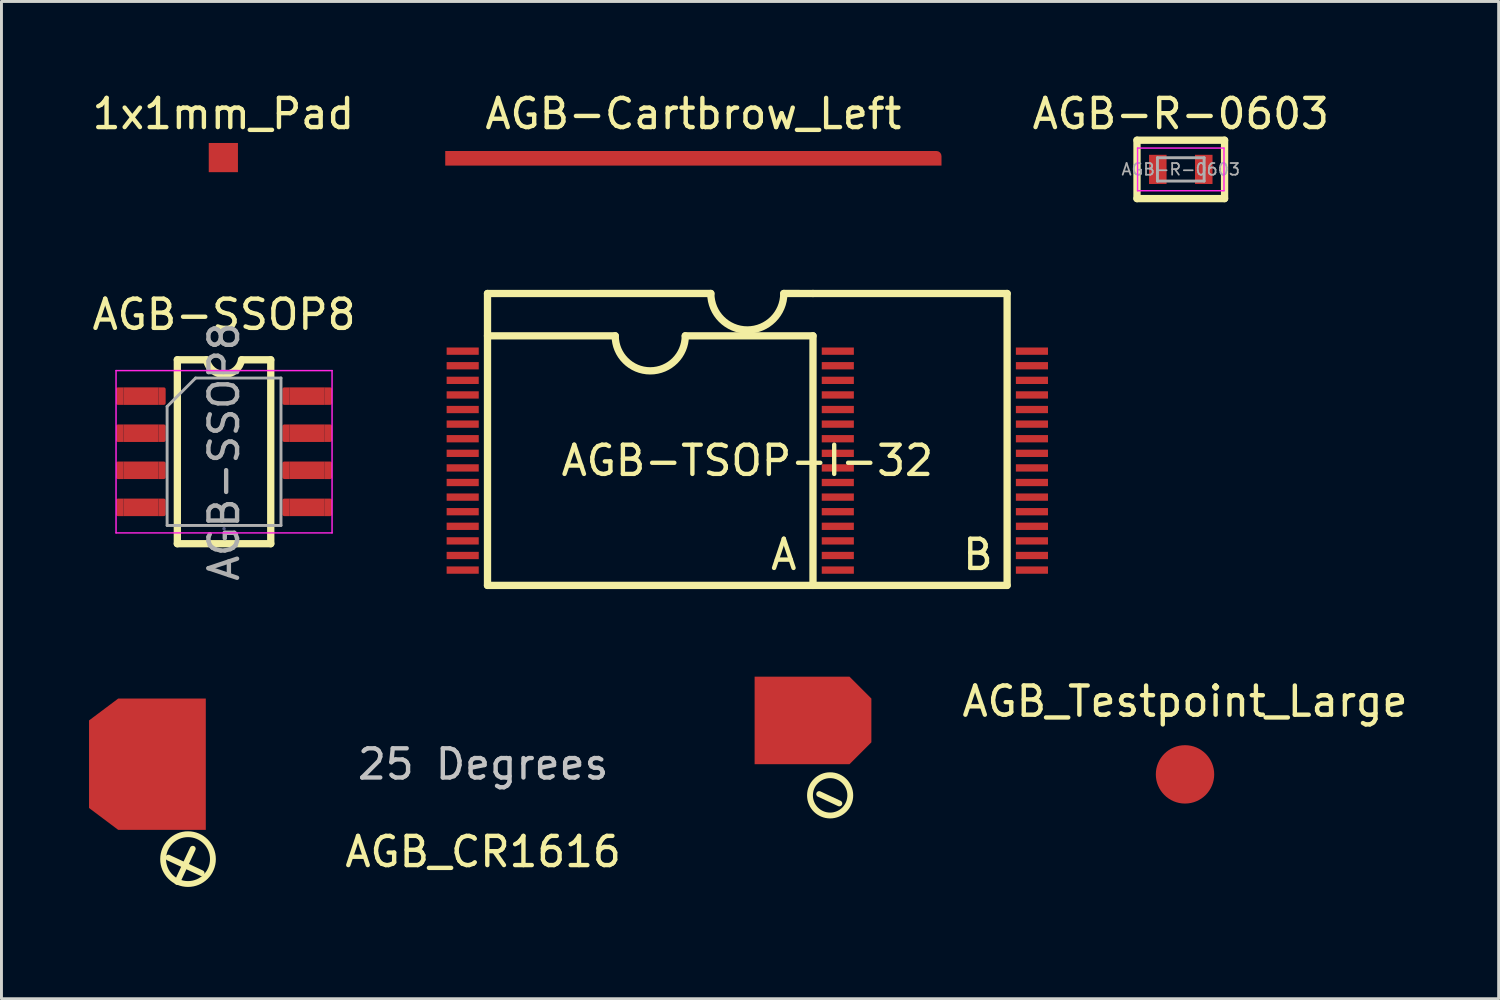
<source format=kicad_pcb>
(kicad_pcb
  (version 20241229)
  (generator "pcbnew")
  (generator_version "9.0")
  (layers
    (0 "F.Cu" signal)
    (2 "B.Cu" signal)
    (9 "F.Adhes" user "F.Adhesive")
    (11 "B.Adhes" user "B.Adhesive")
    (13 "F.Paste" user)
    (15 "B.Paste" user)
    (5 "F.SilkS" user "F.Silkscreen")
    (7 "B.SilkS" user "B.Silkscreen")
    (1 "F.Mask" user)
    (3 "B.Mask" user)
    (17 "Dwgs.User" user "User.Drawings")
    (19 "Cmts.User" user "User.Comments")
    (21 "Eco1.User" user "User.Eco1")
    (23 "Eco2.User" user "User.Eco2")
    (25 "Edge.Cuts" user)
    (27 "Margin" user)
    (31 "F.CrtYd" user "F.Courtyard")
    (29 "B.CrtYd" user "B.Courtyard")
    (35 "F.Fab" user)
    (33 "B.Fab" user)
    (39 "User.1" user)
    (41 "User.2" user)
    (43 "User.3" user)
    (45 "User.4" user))
  (footprint "AGB-TSOP-I-32"
    (layer "F.Cu")
    (at 22.55 12.729)
    (property "Reference" "AGB-TSOP-I-32" (at 0 0 0) (layer "F.SilkS") (effects (font (size 1 1) (thickness 0.15))))
    (attr smd)
    (fp_line (start -8.9 -5.725) (end -8.9 4.275) (stroke (width 0.25) (type solid)) (layer "F.SilkS"))
    (fp_line (start -8.9 -5.725) (end -1.25 -5.726) (stroke (width 0.25) (type solid)) (layer "F.SilkS"))
    (fp_line (start -8.9 -4.275) (end -4.525 -4.275) (stroke (width 0.25) (type solid)) (layer "F.SilkS"))
    (fp_line (start 1.25 -5.726) (end 2.25 -5.725) (stroke (width 0.25) (type solid)) (layer "F.SilkS"))
    (fp_line (start 2.25 -5.725) (end 8.9 -5.725) (stroke (width 0.25) (type solid)) (layer "F.SilkS"))
    (fp_line (start 2.25 -4.275) (end -2.125 -4.275) (stroke (width 0.25) (type solid)) (layer "F.SilkS"))
    (fp_line (start 2.25 -4.275) (end 2.25 4.275) (stroke (width 0.25) (type solid)) (layer "F.SilkS"))
    (fp_line (start 8.9 -5.725) (end 8.9 4.275) (stroke (width 0.25) (type solid)) (layer "F.SilkS"))
    (fp_line (start 8.9 4.275) (end -8.9 4.275) (stroke (width 0.25) (type solid)) (layer "F.SilkS"))
    (fp_arc (start -2.124861 -4.274861) (mid -3.324999 -3.075001) (end -4.524859 -4.275139) (stroke (width 0.25) (type solid)) (layer "F.SilkS"))
    (fp_arc (start 1.25 -5.7255) (mid 0 -4.4755) (end -1.25 -5.7255) (stroke (width 0.25) (type solid)) (layer "F.SilkS"))
    (fp_text user "B" (at 7.9 3.221 0) (layer "F.SilkS") (effects (font (size 1 1) (thickness 0.15))))
    (fp_text user "A" (at 1.25 3.221 0) (layer "F.SilkS") (effects (font (size 1 1) (thickness 0.15))))
    (pad "1" smd rect (at -9.75 -3.75) (size 1.1 0.25) (layers "F.Cu" "F.Mask" "F.Paste"))
    (pad "2" smd rect (at -9.75 -3.25) (size 1.1 0.25) (layers "F.Cu" "F.Mask" "F.Paste"))
    (pad "3" smd rect (at -9.75 -2.75) (size 1.1 0.25) (layers "F.Cu" "F.Mask" "F.Paste"))
    (pad "4" smd rect (at -9.75 -2.25) (size 1.1 0.25) (layers "F.Cu" "F.Mask" "F.Paste"))
    (pad "5" smd rect (at -9.75 -1.75) (size 1.1 0.25) (layers "F.Cu" "F.Mask" "F.Paste"))
    (pad "6" smd rect (at -9.75 -1.25) (size 1.1 0.25) (layers "F.Cu" "F.Mask" "F.Paste"))
    (pad "7" smd rect (at -9.75 -0.75) (size 1.1 0.25) (layers "F.Cu" "F.Mask" "F.Paste"))
    (pad "8" smd rect (at -9.75 -0.25) (size 1.1 0.25) (layers "F.Cu" "F.Mask" "F.Paste"))
    (pad "9" smd rect (at -9.75 0.25) (size 1.1 0.25) (layers "F.Cu" "F.Mask" "F.Paste"))
    (pad "10" smd rect (at -9.75 0.75) (size 1.1 0.25) (layers "F.Cu" "F.Mask" "F.Paste"))
    (pad "11" smd rect (at -9.75 1.25) (size 1.1 0.25) (layers "F.Cu" "F.Mask" "F.Paste"))
    (pad "12" smd rect (at -9.75 1.75) (size 1.1 0.25) (layers "F.Cu" "F.Mask" "F.Paste"))
    (pad "13" smd rect (at -9.75 2.25) (size 1.1 0.25) (layers "F.Cu" "F.Mask" "F.Paste"))
    (pad "14" smd rect (at -9.75 2.75) (size 1.1 0.25) (layers "F.Cu" "F.Mask" "F.Paste"))
    (pad "15" smd rect (at -9.75 3.25) (size 1.1 0.25) (layers "F.Cu" "F.Mask" "F.Paste"))
    (pad "16" smd rect (at -9.75 3.75) (size 1.1 0.25) (layers "F.Cu" "F.Mask" "F.Paste"))
    (pad "17" smd rect (at 3.1 3.75) (size 1.1 0.25) (layers "F.Cu" "F.Mask" "F.Paste"))
    (pad "17" smd rect (at 9.75 3.75) (size 1.1 0.25) (layers "F.Cu" "F.Mask" "F.Paste"))
    (pad "18" smd rect (at 3.1 3.25) (size 1.1 0.25) (layers "F.Cu" "F.Mask" "F.Paste"))
    (pad "18" smd rect (at 9.75 3.25) (size 1.1 0.25) (layers "F.Cu" "F.Mask" "F.Paste"))
    (pad "19" smd rect (at 3.1 2.75) (size 1.1 0.25) (layers "F.Cu" "F.Mask" "F.Paste"))
    (pad "19" smd rect (at 9.75 2.75) (size 1.1 0.25) (layers "F.Cu" "F.Mask" "F.Paste"))
    (pad "20" smd rect (at 3.1 2.25) (size 1.1 0.25) (layers "F.Cu" "F.Mask" "F.Paste"))
    (pad "20" smd rect (at 9.75 2.25) (size 1.1 0.25) (layers "F.Cu" "F.Mask" "F.Paste"))
    (pad "21" smd rect (at 3.1 1.75) (size 1.1 0.25) (layers "F.Cu" "F.Mask" "F.Paste"))
    (pad "21" smd rect (at 9.75 1.75) (size 1.1 0.25) (layers "F.Cu" "F.Mask" "F.Paste"))
    (pad "22" smd rect (at 3.1 1.25) (size 1.1 0.25) (layers "F.Cu" "F.Mask" "F.Paste"))
    (pad "22" smd rect (at 9.75 1.25) (size 1.1 0.25) (layers "F.Cu" "F.Mask" "F.Paste"))
    (pad "23" smd rect (at 3.1 0.75) (size 1.1 0.25) (layers "F.Cu" "F.Mask" "F.Paste"))
    (pad "23" smd rect (at 9.75 0.75) (size 1.1 0.25) (layers "F.Cu" "F.Mask" "F.Paste"))
    (pad "24" smd rect (at 3.1 0.25) (size 1.1 0.25) (layers "F.Cu" "F.Mask" "F.Paste"))
    (pad "24" smd rect (at 9.75 0.25) (size 1.1 0.25) (layers "F.Cu" "F.Mask" "F.Paste"))
    (pad "25" smd rect (at 3.1 -0.25) (size 1.1 0.25) (layers "F.Cu" "F.Mask" "F.Paste"))
    (pad "25" smd rect (at 9.75 -0.25) (size 1.1 0.25) (layers "F.Cu" "F.Mask" "F.Paste"))
    (pad "26" smd rect (at 3.1 -0.75) (size 1.1 0.25) (layers "F.Cu" "F.Mask" "F.Paste"))
    (pad "26" smd rect (at 9.75 -0.75) (size 1.1 0.25) (layers "F.Cu" "F.Mask" "F.Paste"))
    (pad "27" smd rect (at 3.1 -1.25) (size 1.1 0.25) (layers "F.Cu" "F.Mask" "F.Paste"))
    (pad "27" smd rect (at 9.75 -1.25) (size 1.1 0.25) (layers "F.Cu" "F.Mask" "F.Paste"))
    (pad "28" smd rect (at 3.1 -1.75) (size 1.1 0.25) (layers "F.Cu" "F.Mask" "F.Paste"))
    (pad "28" smd rect (at 9.75 -1.75) (size 1.1 0.25) (layers "F.Cu" "F.Mask" "F.Paste"))
    (pad "29" smd rect (at 3.1 -2.25) (size 1.1 0.25) (layers "F.Cu" "F.Mask" "F.Paste"))
    (pad "29" smd rect (at 9.75 -2.25) (size 1.1 0.25) (layers "F.Cu" "F.Mask" "F.Paste"))
    (pad "30" smd rect (at 3.1 -2.75) (size 1.1 0.25) (layers "F.Cu" "F.Mask" "F.Paste"))
    (pad "30" smd rect (at 9.75 -2.75) (size 1.1 0.25) (layers "F.Cu" "F.Mask" "F.Paste"))
    (pad "31" smd rect (at 3.1 -3.25) (size 1.1 0.25) (layers "F.Cu" "F.Mask" "F.Paste"))
    (pad "31" smd rect (at 9.75 -3.25) (size 1.1 0.25) (layers "F.Cu" "F.Mask" "F.Paste"))
    (pad "32" smd rect (at 3.1 -3.75) (size 1.1 0.25) (layers "F.Cu" "F.Mask" "F.Paste"))
    (pad "32" smd rect (at 9.75 -3.75) (size 1.1 0.25) (layers "F.Cu" "F.Mask" "F.Paste")))
  (footprint "AGB_CR1616"
    (layer "F.Cu")
    (at 13.5 23.129)
    (property "Reference" "AGB_CR1616" (at 0 3 0) (layer "F.SilkS") (effects (font (size 1 1) (thickness 0.15))))
    (attr through_hole)
    (fp_circle (center -10.109 3.251) (end -9.256 3.251) (stroke (width 0.2) (type solid)) (fill no) (layer "F.SilkS"))
    (fp_circle (center 11.887 1.067) (end 12.577 1.067) (stroke (width 0.2) (type solid)) (fill no) (layer "F.SilkS"))
    (fp_text user "-" (at 11.887 1.118 155) (layer "F.SilkS") (effects (font (size 1 1) (thickness 0.2))))
    (fp_text user "+" (at -10.16 3.353 155) (layer "F.SilkS") (effects (font (size 1.65 1.65) (thickness 0.2))))
    (fp_text user "25 Degrees" (at 0 0 0) (unlocked yes) (layer "Dwgs.User") (effects (font (size 1 1) (thickness 0.15))))
    (pad "1" smd custom (at -11.5 0) (size 1 1) (layers "F.Cu" "F.Mask" "F.Paste") (options (anchor rect)) (primitives (gr_poly (pts (xy 2 2.25) (xy -1 2.25) (xy -2 1.5) (xy -2 -1.5) (xy -1 -2.25) (xy 2 -2.25)) (width 0) (fill yes))))
    (pad "2" smd custom (at 11.3 -1.5) (size 2 2) (layers "F.Cu" "F.Mask" "F.Paste") (options (anchor rect)) (primitives (gr_poly (pts (xy 2 -0.75) (xy 2 0.75) (xy 1.25 1.5) (xy -2 1.5) (xy -2 -1.5) (xy 1.25 -1.5)) (width 0) (fill yes)))))
  (footprint "AGB-Cartbrow_Left"
    (layer "F.Cu")
    (at 20.702 2.372)
    (property "Reference" "AGB-Cartbrow_Left" (at 0 -1.524 0) (unlocked yes) (layer "F.SilkS") (effects (font (size 1 1) (thickness 0.15))))
    (attr smd)
    (pad "1" smd roundrect (at 0 0) (size 17 0.5) (layers "F.Cu" "F.Mask" "F.Paste") (roundrect_rratio 0.35) (chamfer_ratio 0) (chamfer top_left bottom_left bottom_right)))
  (footprint "AGB-SSOP8"
    (layer "F.Cu")
    (at 4.625 12.425)
    (property "Reference" "AGB-SSOP8" (at 0 -4.699 0) (layer "F.SilkS") (effects (font (size 1 1) (thickness 0.15))))
    (attr smd)
    (fp_line (start -1.6 -3.15) (end -1.6 3.15) (stroke (width 0.25) (type solid)) (layer "F.SilkS"))
    (fp_line (start -0.6 -3.15) (end -1.6 -3.15) (stroke (width 0.25) (type solid)) (layer "F.SilkS"))
    (fp_line (start 1.6 -3.15) (end 0.6 -3.15) (stroke (width 0.25) (type solid)) (layer "F.SilkS"))
    (fp_line (start 1.6 -3.15) (end 1.6 3.15) (stroke (width 0.25) (type solid)) (layer "F.SilkS"))
    (fp_line (start 1.6 3.15) (end -1.6 3.15) (stroke (width 0.25) (type solid)) (layer "F.SilkS"))
    (fp_arc (start 0.6 -3.15) (mid 0 -2.648767) (end -0.6 -3.15) (stroke (width 0.25) (type solid)) (layer "F.SilkS"))
    (fp_line (start -3.7 -2.78) (end -3.7 2.78) (stroke (width 0.05) (type solid)) (layer "F.CrtYd"))
    (fp_line (start -3.7 2.78) (end 3.7 2.78) (stroke (width 0.05) (type solid)) (layer "F.CrtYd"))
    (fp_line (start 3.7 -2.78) (end -3.7 -2.78) (stroke (width 0.05) (type solid)) (layer "F.CrtYd"))
    (fp_line (start 3.7 2.78) (end 3.7 -2.78) (stroke (width 0.05) (type solid)) (layer "F.CrtYd"))
    (fp_line (start 0 2.635) (end 0 2.635) (stroke (width 0.12) (type solid)) (layer "B.Fab"))
    (fp_line (start -1.95 -1.55) (end -0.975 -2.525) (stroke (width 0.1) (type solid)) (layer "F.Fab"))
    (fp_line (start -1.95 2.525) (end -1.95 -1.55) (stroke (width 0.1) (type solid)) (layer "F.Fab"))
    (fp_line (start -0.975 -2.525) (end 1.95 -2.525) (stroke (width 0.1) (type solid)) (layer "F.Fab"))
    (fp_line (start 1.95 -2.525) (end 1.95 2.525) (stroke (width 0.1) (type solid)) (layer "F.Fab"))
    (fp_line (start 1.95 2.525) (end -1.95 2.525) (stroke (width 0.1) (type solid)) (layer "F.Fab"))
    (fp_text user "${REFERENCE}" (at 0 0 90) (layer "F.Fab") (effects (font (size 0.98 0.98) (thickness 0.15))))
    (pad "1" smd roundrect (at -3.575 -1.905 180) (size 0.25 0.6) (layers "F.Cu" "F.Paste") (roundrect_rratio 0.25) (chamfer_ratio 0) (chamfer top_left bottom_left))
    (pad "1" smd rect (at -2.85 -1.905) (size 1.2 0.6) (layers "F.Cu" "F.Mask" "F.Paste"))
    (pad "1" smd roundrect (at -2.125 -1.905) (size 0.25 0.6) (layers "F.Cu" "F.Paste") (roundrect_rratio 0.25) (chamfer_ratio 0) (chamfer top_left bottom_left))
    (pad "2" smd roundrect (at -3.575 -0.635 180) (size 0.25 0.6) (layers "F.Cu" "F.Paste") (roundrect_rratio 0.25) (chamfer_ratio 0) (chamfer top_left bottom_left))
    (pad "2" smd rect (at -2.85 -0.635) (size 1.2 0.6) (layers "F.Cu" "F.Mask" "F.Paste"))
    (pad "2" smd roundrect (at -2.125 -0.635) (size 0.25 0.6) (layers "F.Cu" "F.Paste") (roundrect_rratio 0.25) (chamfer_ratio 0) (chamfer top_left bottom_left))
    (pad "3" smd roundrect (at -3.575 0.635 180) (size 0.25 0.6) (layers "F.Cu" "F.Paste") (roundrect_rratio 0.25) (chamfer_ratio 0) (chamfer top_left bottom_left))
    (pad "3" smd rect (at -2.85 0.635) (size 1.2 0.6) (layers "F.Cu" "F.Mask" "F.Paste"))
    (pad "3" smd roundrect (at -2.125 0.635) (size 0.25 0.6) (layers "F.Cu" "F.Paste") (roundrect_rratio 0.25) (chamfer_ratio 0) (chamfer top_left bottom_left))
    (pad "4" smd roundrect (at -3.575 1.905 180) (size 0.25 0.6) (layers "F.Cu" "F.Paste") (roundrect_rratio 0.25) (chamfer_ratio 0) (chamfer top_left bottom_left))
    (pad "4" smd rect (at -2.85 1.905) (size 1.2 0.6) (layers "F.Cu" "F.Mask" "F.Paste"))
    (pad "4" smd roundrect (at -2.125 1.905) (size 0.25 0.6) (layers "F.Cu" "F.Paste") (roundrect_rratio 0.25) (chamfer_ratio 0) (chamfer top_left bottom_left))
    (pad "5" smd roundrect (at 2.125 1.905 180) (size 0.25 0.6) (layers "F.Cu" "F.Paste") (roundrect_rratio 0.25) (chamfer_ratio 0) (chamfer top_left bottom_left))
    (pad "5" smd rect (at 2.85 1.905) (size 1.2 0.6) (layers "F.Cu" "F.Mask" "F.Paste"))
    (pad "5" smd roundrect (at 3.575 1.905) (size 0.25 0.6) (layers "F.Cu" "F.Paste") (roundrect_rratio 0.25) (chamfer_ratio 0) (chamfer top_left bottom_left))
    (pad "6" smd roundrect (at 2.125 0.635 180) (size 0.25 0.6) (layers "F.Cu" "F.Paste") (roundrect_rratio 0.25) (chamfer_ratio 0) (chamfer top_left bottom_left))
    (pad "6" smd rect (at 2.85 0.635) (size 1.2 0.6) (layers "F.Cu" "F.Mask" "F.Paste"))
    (pad "6" smd roundrect (at 3.575 0.635) (size 0.25 0.6) (layers "F.Cu" "F.Paste") (roundrect_rratio 0.25) (chamfer_ratio 0) (chamfer top_left bottom_left))
    (pad "7" smd roundrect (at 2.125 -0.635 180) (size 0.25 0.6) (layers "F.Cu" "F.Paste") (roundrect_rratio 0.25) (chamfer_ratio 0) (chamfer top_left bottom_left))
    (pad "7" smd rect (at 2.85 -0.635) (size 1.2 0.6) (layers "F.Cu" "F.Mask" "F.Paste"))
    (pad "7" smd roundrect (at 3.575 -0.635) (size 0.25 0.6) (layers "F.Cu" "F.Paste") (roundrect_rratio 0.25) (chamfer_ratio 0) (chamfer top_left bottom_left))
    (pad "8" smd roundrect (at 2.125 -1.905 180) (size 0.25 0.6) (layers "F.Cu" "F.Paste") (roundrect_rratio 0.25) (chamfer_ratio 0) (chamfer top_left bottom_left))
    (pad "8" smd rect (at 2.85 -1.905) (size 1.2 0.6) (layers "F.Cu" "F.Mask" "F.Paste"))
    (pad "8" smd roundrect (at 3.575 -1.905) (size 0.25 0.6) (layers "F.Cu" "F.Paste") (roundrect_rratio 0.25) (chamfer_ratio 0) (chamfer top_left bottom_left)))
  (footprint "AGB-R-0603"
    (layer "F.Cu")
    (at 37.399 2.753)
    (property "Reference" "AGB-R-0603" (at 0 -1.905 0) (layer "F.SilkS") (effects (font (size 1 1) (thickness 0.15))))
    (attr smd)
    (fp_line (start -1.5 1) (end -1.5 -1) (stroke (width 0.25) (type solid)) (layer "F.SilkS"))
    (fp_line (start -1.5 1) (end 1.5 1) (stroke (width 0.25) (type solid)) (layer "F.SilkS"))
    (fp_line (start 1.5 -1) (end -1.5 -1) (stroke (width 0.25) (type solid)) (layer "F.SilkS"))
    (fp_line (start 1.5 -1) (end 1.5 1) (stroke (width 0.25) (type solid)) (layer "F.SilkS"))
    (fp_line (start -1.48 -0.73) (end 1.48 -0.73) (stroke (width 0.05) (type solid)) (layer "F.CrtYd"))
    (fp_line (start -1.48 0.73) (end -1.48 -0.73) (stroke (width 0.05) (type solid)) (layer "F.CrtYd"))
    (fp_line (start 1.48 -0.73) (end 1.48 0.73) (stroke (width 0.05) (type solid)) (layer "F.CrtYd"))
    (fp_line (start 1.48 0.73) (end -1.48 0.73) (stroke (width 0.05) (type solid)) (layer "F.CrtYd"))
    (fp_line (start -0.8 -0.4) (end 0.8 -0.4) (stroke (width 0.1) (type solid)) (layer "F.Fab"))
    (fp_line (start -0.8 0.4) (end -0.8 -0.4) (stroke (width 0.1) (type solid)) (layer "F.Fab"))
    (fp_line (start 0.8 -0.4) (end 0.8 0.4) (stroke (width 0.1) (type solid)) (layer "F.Fab"))
    (fp_line (start 0.8 0.4) (end -0.8 0.4) (stroke (width 0.1) (type solid)) (layer "F.Fab"))
    (fp_text user "${REFERENCE}" (at 0 0 0) (layer "F.Fab") (effects (font (size 0.4 0.4) (thickness 0.06))))
    (pad "1" smd rect (at -0.787 0) (size 0.6 1) (layers "F.Cu" "F.Mask" "F.Paste"))
    (pad "2" smd rect (at 0.787 0) (size 0.6 1) (layers "F.Cu" "F.Mask" "F.Paste")))
  (footprint "AGB_Testpoint_Large"
    (layer "F.Cu")
    (at 37.544 23.477)
    (property "Reference" "AGB_Testpoint_Large" (at 0 -2.5 0) (unlocked yes) (layer "F.SilkS") (effects (font (size 1 1) (thickness 0.15))))
    (attr smd)
    (pad "1" smd circle (at 0 0) (size 2 2) (layers "F.Cu" "F.Mask" "F.Paste")))
  (footprint "1x1mm_Pad"
    (layer "F.Cu")
    (at 4.601 2.348)
    (property "Reference" "1x1mm_Pad" (at 0 -1.5 0) (unlocked yes) (layer "F.SilkS") (effects (font (size 1 1) (thickness 0.15))))
    (attr smd)
    (pad "1" smd rect (at 0 0) (size 1 1) (layers "F.Cu" "F.Mask" "F.Paste")))
  (gr_rect
    (start -3 -3)
    (end 48.288 31.163)
    (stroke (width 0.1) (type default))
    (fill no)
    (layer "Edge.Cuts")))
</source>
